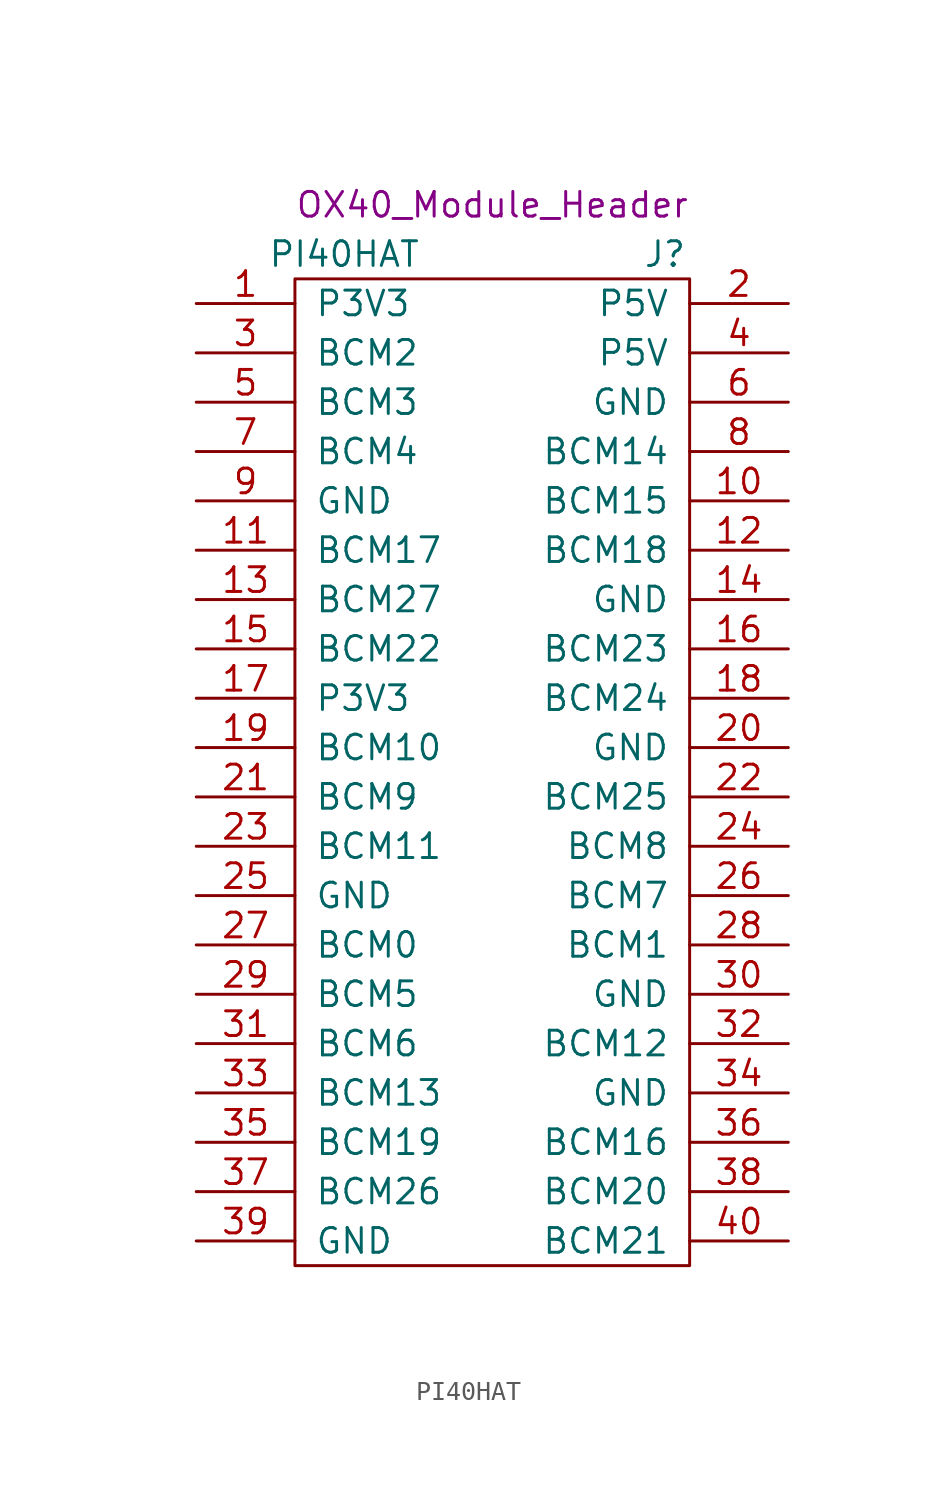
<source format=kicad_sym>
(kicad_symbol_lib
  (version 20201005)
  (generator kicad_symbol_editor)
  (symbol "raspberrypi_hat:PI40HAT"
    (pin_names
      (offset 1.016))
    (property "Reference" "J"
      (at 8.89 2.54 0)
      (effects (font (size 1.27 1.27))))
    (property "Value" "PI40HAT"
      (at -7.62 2.54 0)
      (effects (font (size 1.27 1.27))))
    (property "Footprint" "OX40_Module_Header"
      (at 0 5.08 0)
      (effects (font (size 1.27 1.27))))
    (property "Datasheet" ""
      (at -17.78 0 0)
      (effects (font (size 1.27 1.27))))
    (symbol "PI40HAT_0_1"
      (rectangle (start -10.16 1.27) (end 10.16 -49.53) (stroke (width 0)) (fill (type none))))
    (symbol "PI40HAT_1_1"
      (pin passive line (at -15.24 0 0) (length 5.08) (name "P3V3" (effects (font (size 1.27 1.27)))) (number "1" (effects (font (size 1.27 1.27)))))
      (pin passive line (at 15.24 -10.16 180) (length 5.08) (name "BCM15" (effects (font (size 1.27 1.27)))) (number "10" (effects (font (size 1.27 1.27)))))
      (pin passive line (at -15.24 -12.7 0) (length 5.08) (name "BCM17" (effects (font (size 1.27 1.27)))) (number "11" (effects (font (size 1.27 1.27)))))
      (pin passive line (at 15.24 -12.7 180) (length 5.08) (name "BCM18" (effects (font (size 1.27 1.27)))) (number "12" (effects (font (size 1.27 1.27)))))
      (pin passive line (at -15.24 -15.24 0) (length 5.08) (name "BCM27" (effects (font (size 1.27 1.27)))) (number "13" (effects (font (size 1.27 1.27)))))
      (pin passive line (at 15.24 -15.24 180) (length 5.08) (name "GND" (effects (font (size 1.27 1.27)))) (number "14" (effects (font (size 1.27 1.27)))))
      (pin passive line (at -15.24 -17.78 0) (length 5.08) (name "BCM22" (effects (font (size 1.27 1.27)))) (number "15" (effects (font (size 1.27 1.27)))))
      (pin passive line (at 15.24 -17.78 180) (length 5.08) (name "BCM23" (effects (font (size 1.27 1.27)))) (number "16" (effects (font (size 1.27 1.27)))))
      (pin passive line (at -15.24 -20.32 0) (length 5.08) (name "P3V3" (effects (font (size 1.27 1.27)))) (number "17" (effects (font (size 1.27 1.27)))))
      (pin passive line (at 15.24 -20.32 180) (length 5.08) (name "BCM24" (effects (font (size 1.27 1.27)))) (number "18" (effects (font (size 1.27 1.27)))))
      (pin passive line (at -15.24 -22.86 0) (length 5.08) (name "BCM10" (effects (font (size 1.27 1.27)))) (number "19" (effects (font (size 1.27 1.27)))))
      (pin passive line (at 15.24 0 180) (length 5.08) (name "P5V" (effects (font (size 1.27 1.27)))) (number "2" (effects (font (size 1.27 1.27)))))
      (pin passive line (at 15.24 -22.86 180) (length 5.08) (name "GND" (effects (font (size 1.27 1.27)))) (number "20" (effects (font (size 1.27 1.27)))))
      (pin passive line (at -15.24 -25.4 0) (length 5.08) (name "BCM9" (effects (font (size 1.27 1.27)))) (number "21" (effects (font (size 1.27 1.27)))))
      (pin passive line (at 15.24 -25.4 180) (length 5.08) (name "BCM25" (effects (font (size 1.27 1.27)))) (number "22" (effects (font (size 1.27 1.27)))))
      (pin passive line (at -15.24 -27.94 0) (length 5.08) (name "BCM11" (effects (font (size 1.27 1.27)))) (number "23" (effects (font (size 1.27 1.27)))))
      (pin passive line (at 15.24 -27.94 180) (length 5.08) (name "BCM8" (effects (font (size 1.27 1.27)))) (number "24" (effects (font (size 1.27 1.27)))))
      (pin passive line (at -15.24 -30.48 0) (length 5.08) (name "GND" (effects (font (size 1.27 1.27)))) (number "25" (effects (font (size 1.27 1.27)))))
      (pin passive line (at 15.24 -30.48 180) (length 5.08) (name "BCM7" (effects (font (size 1.27 1.27)))) (number "26" (effects (font (size 1.27 1.27)))))
      (pin passive line (at -15.24 -33.02 0) (length 5.08) (name "BCM0" (effects (font (size 1.27 1.27)))) (number "27" (effects (font (size 1.27 1.27)))))
      (pin passive line (at 15.24 -33.02 180) (length 5.08) (name "BCM1" (effects (font (size 1.27 1.27)))) (number "28" (effects (font (size 1.27 1.27)))))
      (pin passive line (at -15.24 -35.56 0) (length 5.08) (name "BCM5" (effects (font (size 1.27 1.27)))) (number "29" (effects (font (size 1.27 1.27)))))
      (pin passive line (at -15.24 -2.54 0) (length 5.08) (name "BCM2" (effects (font (size 1.27 1.27)))) (number "3" (effects (font (size 1.27 1.27)))))
      (pin passive line (at 15.24 -35.56 180) (length 5.08) (name "GND" (effects (font (size 1.27 1.27)))) (number "30" (effects (font (size 1.27 1.27)))))
      (pin passive line (at -15.24 -38.1 0) (length 5.08) (name "BCM6" (effects (font (size 1.27 1.27)))) (number "31" (effects (font (size 1.27 1.27)))))
      (pin passive line (at 15.24 -38.1 180) (length 5.08) (name "BCM12" (effects (font (size 1.27 1.27)))) (number "32" (effects (font (size 1.27 1.27)))))
      (pin passive line (at -15.24 -40.64 0) (length 5.08) (name "BCM13" (effects (font (size 1.27 1.27)))) (number "33" (effects (font (size 1.27 1.27)))))
      (pin passive line (at 15.24 -40.64 180) (length 5.08) (name "GND" (effects (font (size 1.27 1.27)))) (number "34" (effects (font (size 1.27 1.27)))))
      (pin passive line (at -15.24 -43.18 0) (length 5.08) (name "BCM19" (effects (font (size 1.27 1.27)))) (number "35" (effects (font (size 1.27 1.27)))))
      (pin passive line (at 15.24 -43.18 180) (length 5.08) (name "BCM16" (effects (font (size 1.27 1.27)))) (number "36" (effects (font (size 1.27 1.27)))))
      (pin passive line (at -15.24 -45.72 0) (length 5.08) (name "BCM26" (effects (font (size 1.27 1.27)))) (number "37" (effects (font (size 1.27 1.27)))))
      (pin passive line (at 15.24 -45.72 180) (length 5.08) (name "BCM20" (effects (font (size 1.27 1.27)))) (number "38" (effects (font (size 1.27 1.27)))))
      (pin passive line (at -15.24 -48.26 0) (length 5.08) (name "GND" (effects (font (size 1.27 1.27)))) (number "39" (effects (font (size 1.27 1.27)))))
      (pin passive line (at 15.24 -2.54 180) (length 5.08) (name "P5V" (effects (font (size 1.27 1.27)))) (number "4" (effects (font (size 1.27 1.27)))))
      (pin passive line (at 15.24 -48.26 180) (length 5.08) (name "BCM21" (effects (font (size 1.27 1.27)))) (number "40" (effects (font (size 1.27 1.27)))))
      (pin passive line (at -15.24 -5.08 0) (length 5.08) (name "BCM3" (effects (font (size 1.27 1.27)))) (number "5" (effects (font (size 1.27 1.27)))))
      (pin passive line (at 15.24 -5.08 180) (length 5.08) (name "GND" (effects (font (size 1.27 1.27)))) (number "6" (effects (font (size 1.27 1.27)))))
      (pin passive line (at -15.24 -7.62 0) (length 5.08) (name "BCM4" (effects (font (size 1.27 1.27)))) (number "7" (effects (font (size 1.27 1.27)))))
      (pin passive line (at 15.24 -7.62 180) (length 5.08) (name "BCM14" (effects (font (size 1.27 1.27)))) (number "8" (effects (font (size 1.27 1.27)))))
      (pin passive line (at -15.24 -10.16 0) (length 5.08) (name "GND" (effects (font (size 1.27 1.27)))) (number "9" (effects (font (size 1.27 1.27))))))))
</source>
